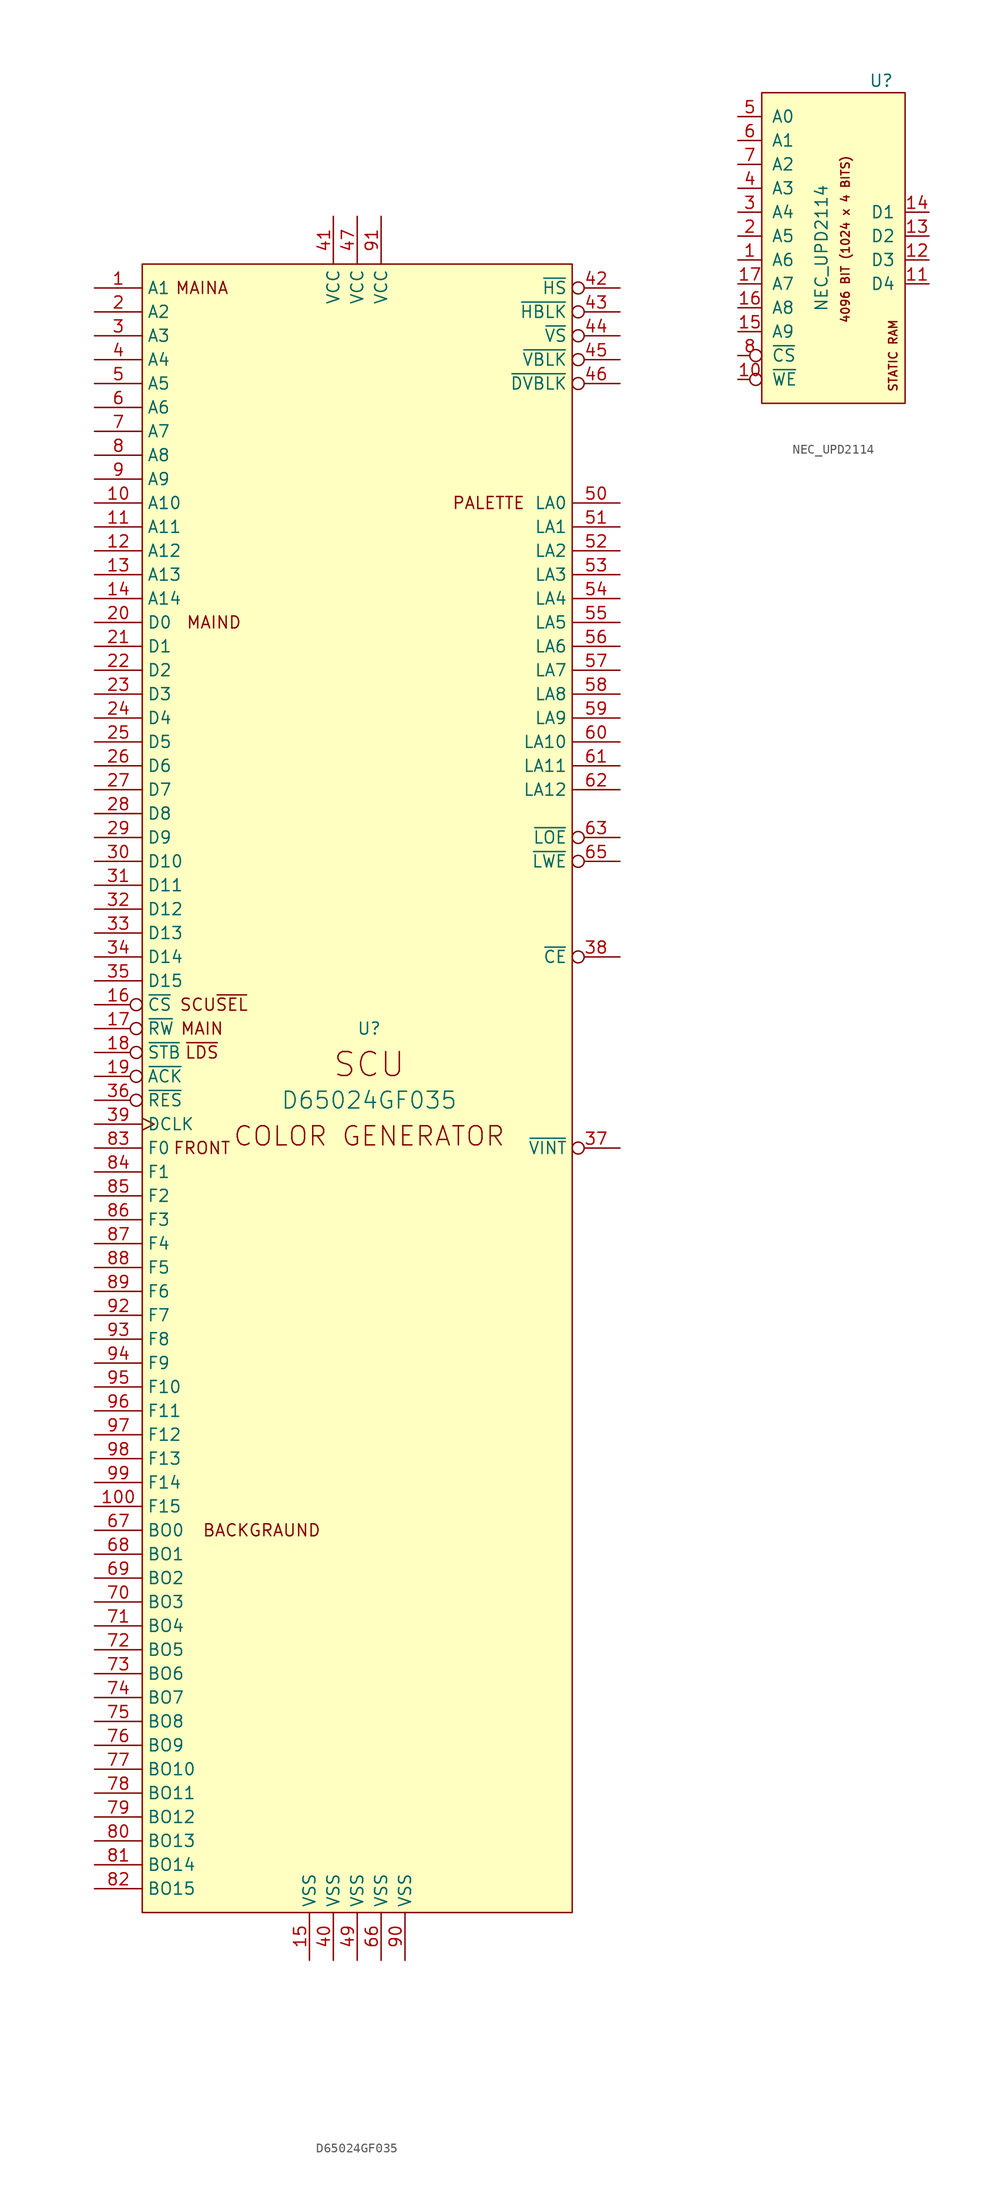
<source format=kicad_sym>
(kicad_symbol_lib
  (version 20211014)
  (generator kicad_symbol_editor)
  (symbol "D65024GF035"
    (property "Reference" "U"
      (at 1.27 7.62 0)
      (effects (font (size 1.27 1.27))))
    (property "Value" "D65024GF035"
      (at 1.27 0 0)
      (effects (font (size 1.778 1.778))))
    (symbol "D65024GF035_0_0"
      (text "BACKGRAUND" (at -10.16 -45.72 0) (effects (font (size 1.27 1.27))))
      (text "COLOR GENERATOR" (at 1.27 -3.81 0) (effects (font (size 2.032 2.032))))
      (text "FRONT" (at -16.51 -5.08 0) (effects (font (size 1.27 1.27))))
      (text "MAIN" (at -16.51 7.62 0) (effects (font (size 1.27 1.27))))
      (text "MAINA" (at -16.51 86.36 0) (effects (font (size 1.27 1.27))))
      (text "MAIND" (at -15.24 50.8 0) (effects (font (size 1.27 1.27))))
      (text "PALETTE" (at 13.97 63.5 0) (effects (font (size 1.27 1.27))))
      (text "SCU" (at 1.27 3.81 0) (effects (font (size 2.54 2.54))))
      (text "SCU~{SEL}" (at -15.24 10.16 0) (effects (font (size 1.27 1.27))))
      (text "~{LDS}" (at -16.51 5.08 0) (effects (font (size 1.27 1.27)))))
    (symbol "D65024GF035_0_1"
      (rectangle (start -22.86 88.9) (end 22.86 -86.36) (stroke (width 0) (type default) (color 0 0 0 0)) (fill (type background))))
    (symbol "D65024GF035_1_1"
      (pin input line (at -27.94 86.36 0) (length 5.08) (name "A1" (effects (font (size 1.27 1.27)))) (number "1" (effects (font (size 1.27 1.27)))))
      (pin input line (at -27.94 63.5 0) (length 5.08) (name "A10" (effects (font (size 1.27 1.27)))) (number "10" (effects (font (size 1.27 1.27)))))
      (pin input line (at -27.94 -43.18 0) (length 5.08) (name "F15" (effects (font (size 1.27 1.27)))) (number "100" (effects (font (size 1.27 1.27)))))
      (pin input line (at -27.94 60.96 0) (length 5.08) (name "A11" (effects (font (size 1.27 1.27)))) (number "11" (effects (font (size 1.27 1.27)))))
      (pin input line (at -27.94 58.42 0) (length 5.08) (name "A12" (effects (font (size 1.27 1.27)))) (number "12" (effects (font (size 1.27 1.27)))))
      (pin input line (at -27.94 55.88 0) (length 5.08) (name "A13" (effects (font (size 1.27 1.27)))) (number "13" (effects (font (size 1.27 1.27)))))
      (pin input line (at -27.94 53.34 0) (length 5.08) (name "A14" (effects (font (size 1.27 1.27)))) (number "14" (effects (font (size 1.27 1.27)))))
      (pin power_in line (at -5.08 -91.44 90) (length 5.08) (name "VSS" (effects (font (size 1.27 1.27)))) (number "15" (effects (font (size 1.27 1.27)))))
      (pin input inverted (at -27.94 10.16 0) (length 5.08) (name "~{CS}" (effects (font (size 1.27 1.27)))) (number "16" (effects (font (size 1.27 1.27)))))
      (pin input inverted (at -27.94 7.62 0) (length 5.08) (name "~{RW}" (effects (font (size 1.27 1.27)))) (number "17" (effects (font (size 1.27 1.27)))))
      (pin input inverted (at -27.94 5.08 0) (length 5.08) (name "~{STB}" (effects (font (size 1.27 1.27)))) (number "18" (effects (font (size 1.27 1.27)))))
      (pin input inverted (at -27.94 2.54 0) (length 5.08) (name "~{ACK}" (effects (font (size 1.27 1.27)))) (number "19" (effects (font (size 1.27 1.27)))))
      (pin input line (at -27.94 83.82 0) (length 5.08) (name "A2" (effects (font (size 1.27 1.27)))) (number "2" (effects (font (size 1.27 1.27)))))
      (pin bidirectional line (at -27.94 50.8 0) (length 5.08) (name "D0" (effects (font (size 1.27 1.27)))) (number "20" (effects (font (size 1.27 1.27)))))
      (pin bidirectional line (at -27.94 48.26 0) (length 5.08) (name "D1" (effects (font (size 1.27 1.27)))) (number "21" (effects (font (size 1.27 1.27)))))
      (pin bidirectional line (at -27.94 45.72 0) (length 5.08) (name "D2" (effects (font (size 1.27 1.27)))) (number "22" (effects (font (size 1.27 1.27)))))
      (pin bidirectional line (at -27.94 43.18 0) (length 5.08) (name "D3" (effects (font (size 1.27 1.27)))) (number "23" (effects (font (size 1.27 1.27)))))
      (pin bidirectional line (at -27.94 40.64 0) (length 5.08) (name "D4" (effects (font (size 1.27 1.27)))) (number "24" (effects (font (size 1.27 1.27)))))
      (pin bidirectional line (at -27.94 38.1 0) (length 5.08) (name "D5" (effects (font (size 1.27 1.27)))) (number "25" (effects (font (size 1.27 1.27)))))
      (pin bidirectional line (at -27.94 35.56 0) (length 5.08) (name "D6" (effects (font (size 1.27 1.27)))) (number "26" (effects (font (size 1.27 1.27)))))
      (pin bidirectional line (at -27.94 33.02 0) (length 5.08) (name "D7" (effects (font (size 1.27 1.27)))) (number "27" (effects (font (size 1.27 1.27)))))
      (pin bidirectional line (at -27.94 30.48 0) (length 5.08) (name "D8" (effects (font (size 1.27 1.27)))) (number "28" (effects (font (size 1.27 1.27)))))
      (pin bidirectional line (at -27.94 27.94 0) (length 5.08) (name "D9" (effects (font (size 1.27 1.27)))) (number "29" (effects (font (size 1.27 1.27)))))
      (pin input line (at -27.94 81.28 0) (length 5.08) (name "A3" (effects (font (size 1.27 1.27)))) (number "3" (effects (font (size 1.27 1.27)))))
      (pin bidirectional line (at -27.94 25.4 0) (length 5.08) (name "D10" (effects (font (size 1.27 1.27)))) (number "30" (effects (font (size 1.27 1.27)))))
      (pin bidirectional line (at -27.94 22.86 0) (length 5.08) (name "D11" (effects (font (size 1.27 1.27)))) (number "31" (effects (font (size 1.27 1.27)))))
      (pin bidirectional line (at -27.94 20.32 0) (length 5.08) (name "D12" (effects (font (size 1.27 1.27)))) (number "32" (effects (font (size 1.27 1.27)))))
      (pin bidirectional line (at -27.94 17.78 0) (length 5.08) (name "D13" (effects (font (size 1.27 1.27)))) (number "33" (effects (font (size 1.27 1.27)))))
      (pin bidirectional line (at -27.94 15.24 0) (length 5.08) (name "D14" (effects (font (size 1.27 1.27)))) (number "34" (effects (font (size 1.27 1.27)))))
      (pin bidirectional line (at -27.94 12.7 0) (length 5.08) (name "D15" (effects (font (size 1.27 1.27)))) (number "35" (effects (font (size 1.27 1.27)))))
      (pin input inverted (at -27.94 0 0) (length 5.08) (name "~{RES}" (effects (font (size 1.27 1.27)))) (number "36" (effects (font (size 1.27 1.27)))))
      (pin output inverted (at 27.94 -5.08 180) (length 5.08) (name "~{VINT}" (effects (font (size 1.27 1.27)))) (number "37" (effects (font (size 1.27 1.27)))))
      (pin output inverted (at 27.94 15.24 180) (length 5.08) (name "~{CE}" (effects (font (size 1.27 1.27)))) (number "38" (effects (font (size 1.27 1.27)))))
      (pin input clock (at -27.94 -2.54 0) (length 5.08) (name "DCLK" (effects (font (size 1.27 1.27)))) (number "39" (effects (font (size 1.27 1.27)))))
      (pin input line (at -27.94 78.74 0) (length 5.08) (name "A4" (effects (font (size 1.27 1.27)))) (number "4" (effects (font (size 1.27 1.27)))))
      (pin power_in line (at -2.54 -91.44 90) (length 5.08) (name "VSS" (effects (font (size 1.27 1.27)))) (number "40" (effects (font (size 1.27 1.27)))))
      (pin power_in line (at -2.54 93.98 270) (length 5.08) (name "VCC" (effects (font (size 1.27 1.27)))) (number "41" (effects (font (size 1.27 1.27)))))
      (pin output inverted (at 27.94 86.36 180) (length 5.08) (name "~{HS}" (effects (font (size 1.27 1.27)))) (number "42" (effects (font (size 1.27 1.27)))))
      (pin output inverted (at 27.94 83.82 180) (length 5.08) (name "~{HBLK}" (effects (font (size 1.27 1.27)))) (number "43" (effects (font (size 1.27 1.27)))))
      (pin output inverted (at 27.94 81.28 180) (length 5.08) (name "~{VS}" (effects (font (size 1.27 1.27)))) (number "44" (effects (font (size 1.27 1.27)))))
      (pin output inverted (at 27.94 78.74 180) (length 5.08) (name "~{VBLK}" (effects (font (size 1.27 1.27)))) (number "45" (effects (font (size 1.27 1.27)))))
      (pin output inverted (at 27.94 76.2 180) (length 5.08) (name "~{DVBLK}" (effects (font (size 1.27 1.27)))) (number "46" (effects (font (size 1.27 1.27)))))
      (pin power_in line (at 0 93.98 270) (length 5.08) (name "VCC" (effects (font (size 1.27 1.27)))) (number "47" (effects (font (size 1.27 1.27)))))
      (pin power_in line (at 0 -91.44 90) (length 5.08) (name "VSS" (effects (font (size 1.27 1.27)))) (number "49" (effects (font (size 1.27 1.27)))))
      (pin input line (at -27.94 76.2 0) (length 5.08) (name "A5" (effects (font (size 1.27 1.27)))) (number "5" (effects (font (size 1.27 1.27)))))
      (pin output line (at 27.94 63.5 180) (length 5.08) (name "LA0" (effects (font (size 1.27 1.27)))) (number "50" (effects (font (size 1.27 1.27)))))
      (pin output line (at 27.94 60.96 180) (length 5.08) (name "LA1" (effects (font (size 1.27 1.27)))) (number "51" (effects (font (size 1.27 1.27)))))
      (pin output line (at 27.94 58.42 180) (length 5.08) (name "LA2" (effects (font (size 1.27 1.27)))) (number "52" (effects (font (size 1.27 1.27)))))
      (pin output line (at 27.94 55.88 180) (length 5.08) (name "LA3" (effects (font (size 1.27 1.27)))) (number "53" (effects (font (size 1.27 1.27)))))
      (pin output line (at 27.94 53.34 180) (length 5.08) (name "LA4" (effects (font (size 1.27 1.27)))) (number "54" (effects (font (size 1.27 1.27)))))
      (pin output line (at 27.94 50.8 180) (length 5.08) (name "LA5" (effects (font (size 1.27 1.27)))) (number "55" (effects (font (size 1.27 1.27)))))
      (pin output line (at 27.94 48.26 180) (length 5.08) (name "LA6" (effects (font (size 1.27 1.27)))) (number "56" (effects (font (size 1.27 1.27)))))
      (pin output line (at 27.94 45.72 180) (length 5.08) (name "LA7" (effects (font (size 1.27 1.27)))) (number "57" (effects (font (size 1.27 1.27)))))
      (pin output line (at 27.94 43.18 180) (length 5.08) (name "LA8" (effects (font (size 1.27 1.27)))) (number "58" (effects (font (size 1.27 1.27)))))
      (pin output line (at 27.94 40.64 180) (length 5.08) (name "LA9" (effects (font (size 1.27 1.27)))) (number "59" (effects (font (size 1.27 1.27)))))
      (pin input line (at -27.94 73.66 0) (length 5.08) (name "A6" (effects (font (size 1.27 1.27)))) (number "6" (effects (font (size 1.27 1.27)))))
      (pin output line (at 27.94 38.1 180) (length 5.08) (name "LA10" (effects (font (size 1.27 1.27)))) (number "60" (effects (font (size 1.27 1.27)))))
      (pin output line (at 27.94 35.56 180) (length 5.08) (name "LA11" (effects (font (size 1.27 1.27)))) (number "61" (effects (font (size 1.27 1.27)))))
      (pin output line (at 27.94 33.02 180) (length 5.08) (name "LA12" (effects (font (size 1.27 1.27)))) (number "62" (effects (font (size 1.27 1.27)))))
      (pin output inverted (at 27.94 27.94 180) (length 5.08) (name "~{LOE}" (effects (font (size 1.27 1.27)))) (number "63" (effects (font (size 1.27 1.27)))))
      (pin output inverted (at 27.94 25.4 180) (length 5.08) (name "~{LWE}" (effects (font (size 1.27 1.27)))) (number "65" (effects (font (size 1.27 1.27)))))
      (pin power_in line (at 2.54 -91.44 90) (length 5.08) (name "VSS" (effects (font (size 1.27 1.27)))) (number "66" (effects (font (size 1.27 1.27)))))
      (pin input line (at -27.94 -45.72 0) (length 5.08) (name "BO0" (effects (font (size 1.27 1.27)))) (number "67" (effects (font (size 1.27 1.27)))))
      (pin input line (at -27.94 -48.26 0) (length 5.08) (name "BO1" (effects (font (size 1.27 1.27)))) (number "68" (effects (font (size 1.27 1.27)))))
      (pin input line (at -27.94 -50.8 0) (length 5.08) (name "BO2" (effects (font (size 1.27 1.27)))) (number "69" (effects (font (size 1.27 1.27)))))
      (pin input line (at -27.94 71.12 0) (length 5.08) (name "A7" (effects (font (size 1.27 1.27)))) (number "7" (effects (font (size 1.27 1.27)))))
      (pin input line (at -27.94 -53.34 0) (length 5.08) (name "BO3" (effects (font (size 1.27 1.27)))) (number "70" (effects (font (size 1.27 1.27)))))
      (pin input line (at -27.94 -55.88 0) (length 5.08) (name "BO4" (effects (font (size 1.27 1.27)))) (number "71" (effects (font (size 1.27 1.27)))))
      (pin input line (at -27.94 -58.42 0) (length 5.08) (name "BO5" (effects (font (size 1.27 1.27)))) (number "72" (effects (font (size 1.27 1.27)))))
      (pin input line (at -27.94 -60.96 0) (length 5.08) (name "BO6" (effects (font (size 1.27 1.27)))) (number "73" (effects (font (size 1.27 1.27)))))
      (pin input line (at -27.94 -63.5 0) (length 5.08) (name "BO7" (effects (font (size 1.27 1.27)))) (number "74" (effects (font (size 1.27 1.27)))))
      (pin input line (at -27.94 -66.04 0) (length 5.08) (name "BO8" (effects (font (size 1.27 1.27)))) (number "75" (effects (font (size 1.27 1.27)))))
      (pin input line (at -27.94 -68.58 0) (length 5.08) (name "BO9" (effects (font (size 1.27 1.27)))) (number "76" (effects (font (size 1.27 1.27)))))
      (pin input line (at -27.94 -71.12 0) (length 5.08) (name "BO10" (effects (font (size 1.27 1.27)))) (number "77" (effects (font (size 1.27 1.27)))))
      (pin input line (at -27.94 -73.66 0) (length 5.08) (name "BO11" (effects (font (size 1.27 1.27)))) (number "78" (effects (font (size 1.27 1.27)))))
      (pin input line (at -27.94 -76.2 0) (length 5.08) (name "BO12" (effects (font (size 1.27 1.27)))) (number "79" (effects (font (size 1.27 1.27)))))
      (pin input line (at -27.94 68.58 0) (length 5.08) (name "A8" (effects (font (size 1.27 1.27)))) (number "8" (effects (font (size 1.27 1.27)))))
      (pin input line (at -27.94 -78.74 0) (length 5.08) (name "BO13" (effects (font (size 1.27 1.27)))) (number "80" (effects (font (size 1.27 1.27)))))
      (pin input line (at -27.94 -81.28 0) (length 5.08) (name "BO14" (effects (font (size 1.27 1.27)))) (number "81" (effects (font (size 1.27 1.27)))))
      (pin input line (at -27.94 -83.82 0) (length 5.08) (name "BO15" (effects (font (size 1.27 1.27)))) (number "82" (effects (font (size 1.27 1.27)))))
      (pin input line (at -27.94 -5.08 0) (length 5.08) (name "F0" (effects (font (size 1.27 1.27)))) (number "83" (effects (font (size 1.27 1.27)))))
      (pin input line (at -27.94 -7.62 0) (length 5.08) (name "F1" (effects (font (size 1.27 1.27)))) (number "84" (effects (font (size 1.27 1.27)))))
      (pin input line (at -27.94 -10.16 0) (length 5.08) (name "F2" (effects (font (size 1.27 1.27)))) (number "85" (effects (font (size 1.27 1.27)))))
      (pin input line (at -27.94 -12.7 0) (length 5.08) (name "F3" (effects (font (size 1.27 1.27)))) (number "86" (effects (font (size 1.27 1.27)))))
      (pin input line (at -27.94 -15.24 0) (length 5.08) (name "F4" (effects (font (size 1.27 1.27)))) (number "87" (effects (font (size 1.27 1.27)))))
      (pin input line (at -27.94 -17.78 0) (length 5.08) (name "F5" (effects (font (size 1.27 1.27)))) (number "88" (effects (font (size 1.27 1.27)))))
      (pin input line (at -27.94 -20.32 0) (length 5.08) (name "F6" (effects (font (size 1.27 1.27)))) (number "89" (effects (font (size 1.27 1.27)))))
      (pin input line (at -27.94 66.04 0) (length 5.08) (name "A9" (effects (font (size 1.27 1.27)))) (number "9" (effects (font (size 1.27 1.27)))))
      (pin power_in line (at 5.08 -91.44 90) (length 5.08) (name "VSS" (effects (font (size 1.27 1.27)))) (number "90" (effects (font (size 1.27 1.27)))))
      (pin power_in line (at 2.54 93.98 270) (length 5.08) (name "VCC" (effects (font (size 1.27 1.27)))) (number "91" (effects (font (size 1.27 1.27)))))
      (pin input line (at -27.94 -22.86 0) (length 5.08) (name "F7" (effects (font (size 1.27 1.27)))) (number "92" (effects (font (size 1.27 1.27)))))
      (pin input line (at -27.94 -25.4 0) (length 5.08) (name "F8" (effects (font (size 1.27 1.27)))) (number "93" (effects (font (size 1.27 1.27)))))
      (pin input line (at -27.94 -27.94 0) (length 5.08) (name "F9" (effects (font (size 1.27 1.27)))) (number "94" (effects (font (size 1.27 1.27)))))
      (pin input line (at -27.94 -30.48 0) (length 5.08) (name "F10" (effects (font (size 1.27 1.27)))) (number "95" (effects (font (size 1.27 1.27)))))
      (pin input line (at -27.94 -33.02 0) (length 5.08) (name "F11" (effects (font (size 1.27 1.27)))) (number "96" (effects (font (size 1.27 1.27)))))
      (pin input line (at -27.94 -35.56 0) (length 5.08) (name "F12" (effects (font (size 1.27 1.27)))) (number "97" (effects (font (size 1.27 1.27)))))
      (pin input line (at -27.94 -38.1 0) (length 5.08) (name "F13" (effects (font (size 1.27 1.27)))) (number "98" (effects (font (size 1.27 1.27)))))
      (pin input line (at -27.94 -40.64 0) (length 5.08) (name "F14" (effects (font (size 1.27 1.27)))) (number "99" (effects (font (size 1.27 1.27)))))))
  (symbol "NEC_UPD2114"
    (pin_names
      (offset 1.016))
    (property "Reference" "U"
      (at 5.08 17.78 0)
      (effects (font (size 1.27 1.27))))
    (property "Value" "NEC_UPD2114"
      (at -1.27 0 90)
      (effects (font (size 1.27 1.27))))
    (symbol "NEC_UPD2114_0_0"
      (text "4096 BIT (1024 x 4 BITS) " (at 1.27 1.27 900) (effects (font (size 0.889 0.889))))
      (text "STATIC RAM" (at 6.35 -11.43 900) (effects (font (size 0.889 0.889)))))
    (symbol "NEC_UPD2114_0_1"
      (rectangle (start -7.62 16.51) (end 7.62 -16.51) (stroke (width 0) (type default) (color 0 0 0 0)) (fill (type background))))
    (symbol "NEC_UPD2114_1_1"
      (pin input line (at -10.16 -1.27 0) (length 2.54) (name "A6" (effects (font (size 1.27 1.27)))) (number "1" (effects (font (size 1.27 1.27)))))
      (pin input inverted (at -10.16 -13.97 0) (length 2.54) (name "~{WE}" (effects (font (size 1.27 1.27)))) (number "10" (effects (font (size 1.27 1.27)))))
      (pin bidirectional line (at 10.16 -3.81 180) (length 2.54) (name "D4" (effects (font (size 1.27 1.27)))) (number "11" (effects (font (size 1.27 1.27)))))
      (pin bidirectional line (at 10.16 -1.27 180) (length 2.54) (name "D3" (effects (font (size 1.27 1.27)))) (number "12" (effects (font (size 1.27 1.27)))))
      (pin bidirectional line (at 10.16 1.27 180) (length 2.54) (name "D2" (effects (font (size 1.27 1.27)))) (number "13" (effects (font (size 1.27 1.27)))))
      (pin bidirectional line (at 10.16 3.81 180) (length 2.54) (name "D1" (effects (font (size 1.27 1.27)))) (number "14" (effects (font (size 1.27 1.27)))))
      (pin input line (at -10.16 -8.89 0) (length 2.54) (name "A9" (effects (font (size 1.27 1.27)))) (number "15" (effects (font (size 1.27 1.27)))))
      (pin input line (at -10.16 -6.35 0) (length 2.54) (name "A8" (effects (font (size 1.27 1.27)))) (number "16" (effects (font (size 1.27 1.27)))))
      (pin input line (at -10.16 -3.81 0) (length 2.54) (name "A7" (effects (font (size 1.27 1.27)))) (number "17" (effects (font (size 1.27 1.27)))))
      (pin power_in line (at 0 16.51 270) (length 2.54) hide (name "VCC" (effects (font (size 1.27 1.27)))) (number "18" (effects (font (size 1.27 1.27)))))
      (pin input line (at -10.16 1.27 0) (length 2.54) (name "A5" (effects (font (size 1.27 1.27)))) (number "2" (effects (font (size 1.27 1.27)))))
      (pin input line (at -10.16 3.81 0) (length 2.54) (name "A4" (effects (font (size 1.27 1.27)))) (number "3" (effects (font (size 1.27 1.27)))))
      (pin input line (at -10.16 6.35 0) (length 2.54) (name "A3" (effects (font (size 1.27 1.27)))) (number "4" (effects (font (size 1.27 1.27)))))
      (pin input line (at -10.16 13.97 0) (length 2.54) (name "A0" (effects (font (size 1.27 1.27)))) (number "5" (effects (font (size 1.27 1.27)))))
      (pin input line (at -10.16 11.43 0) (length 2.54) (name "A1" (effects (font (size 1.27 1.27)))) (number "6" (effects (font (size 1.27 1.27)))))
      (pin input line (at -10.16 8.89 0) (length 2.54) (name "A2" (effects (font (size 1.27 1.27)))) (number "7" (effects (font (size 1.27 1.27)))))
      (pin input inverted (at -10.16 -11.43 0) (length 2.54) (name "~{CS}" (effects (font (size 1.27 1.27)))) (number "8" (effects (font (size 1.27 1.27)))))
      (pin power_in line (at 0 -16.51 90) (length 2.54) hide (name "VSS" (effects (font (size 1.27 1.27)))) (number "9" (effects (font (size 1.27 1.27))))))))
</source>
